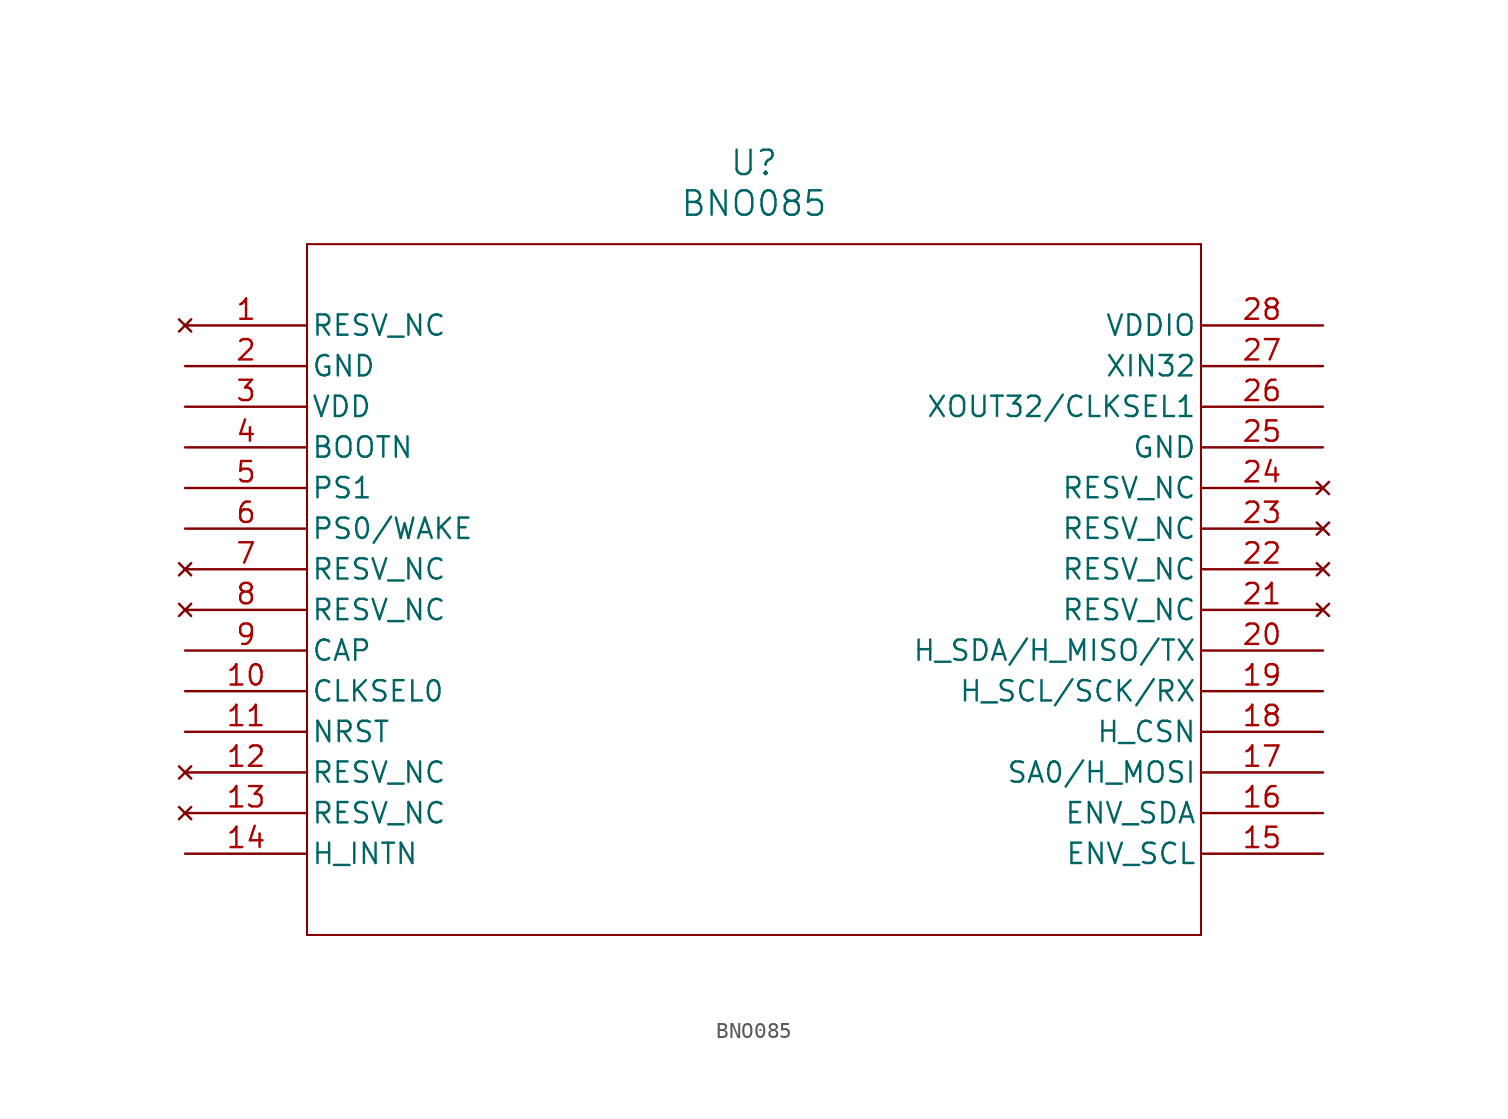
<source format=kicad_sym>
(kicad_symbol_lib
  (version 20231120)
  (generator "kicad_symbol_editor")
  (generator_version "8.0")
  (symbol "BNO085"
    (pin_names
      (offset 0.254))
    (property "Reference" "U"
      (at 35.56 10.16 0)
      (effects (font (size 1.524 1.524))))
    (property "Value" "BNO085"
      (at 35.56 7.62 0)
      (effects (font (size 1.524 1.524))))
    (property "ki_locked" ""
      (at 0 0 0)
      (effects (font (size 1.27 1.27))))
    (symbol "BNO085_0_1"
      (polyline (pts (xy 7.62 -38.1) (xy 63.5 -38.1)) (stroke (width 0.127) (type default)) (fill (type none)))
      (polyline (pts (xy 7.62 5.08) (xy 7.62 -38.1)) (stroke (width 0.127) (type default)) (fill (type none)))
      (polyline (pts (xy 63.5 -38.1) (xy 63.5 5.08)) (stroke (width 0.127) (type default)) (fill (type none)))
      (polyline (pts (xy 63.5 5.08) (xy 7.62 5.08)) (stroke (width 0.127) (type default)) (fill (type none)))
      (pin no_connect line (at 0 0 0) (length 7.62) (name "RESV_NC" (effects (font (size 1.27 1.27)))) (number "1" (effects (font (size 1.27 1.27)))))
      (pin input line (at 0 -22.86 0) (length 7.62) (name "CLKSEL0" (effects (font (size 1.27 1.27)))) (number "10" (effects (font (size 1.27 1.27)))))
      (pin input line (at 0 -25.4 0) (length 7.62) (name "NRST" (effects (font (size 1.27 1.27)))) (number "11" (effects (font (size 1.27 1.27)))))
      (pin no_connect line (at 0 -27.94 0) (length 7.62) (name "RESV_NC" (effects (font (size 1.27 1.27)))) (number "12" (effects (font (size 1.27 1.27)))))
      (pin no_connect line (at 0 -30.48 0) (length 7.62) (name "RESV_NC" (effects (font (size 1.27 1.27)))) (number "13" (effects (font (size 1.27 1.27)))))
      (pin output line (at 0 -33.02 0) (length 7.62) (name "H_INTN" (effects (font (size 1.27 1.27)))) (number "14" (effects (font (size 1.27 1.27)))))
      (pin bidirectional line (at 71.12 -33.02 180) (length 7.62) (name "ENV_SCL" (effects (font (size 1.27 1.27)))) (number "15" (effects (font (size 1.27 1.27)))))
      (pin bidirectional line (at 71.12 -30.48 180) (length 7.62) (name "ENV_SDA" (effects (font (size 1.27 1.27)))) (number "16" (effects (font (size 1.27 1.27)))))
      (pin input line (at 71.12 -27.94 180) (length 7.62) (name "SA0/H_MOSI" (effects (font (size 1.27 1.27)))) (number "17" (effects (font (size 1.27 1.27)))))
      (pin input line (at 71.12 -25.4 180) (length 7.62) (name "H_CSN" (effects (font (size 1.27 1.27)))) (number "18" (effects (font (size 1.27 1.27)))))
      (pin bidirectional line (at 71.12 -22.86 180) (length 7.62) (name "H_SCL/SCK/RX" (effects (font (size 1.27 1.27)))) (number "19" (effects (font (size 1.27 1.27)))))
      (pin power_out line (at 0 -2.54 0) (length 7.62) (name "GND" (effects (font (size 1.27 1.27)))) (number "2" (effects (font (size 1.27 1.27)))))
      (pin bidirectional line (at 71.12 -20.32 180) (length 7.62) (name "H_SDA/H_MISO/TX" (effects (font (size 1.27 1.27)))) (number "20" (effects (font (size 1.27 1.27)))))
      (pin no_connect line (at 71.12 -17.78 180) (length 7.62) (name "RESV_NC" (effects (font (size 1.27 1.27)))) (number "21" (effects (font (size 1.27 1.27)))))
      (pin no_connect line (at 71.12 -15.24 180) (length 7.62) (name "RESV_NC" (effects (font (size 1.27 1.27)))) (number "22" (effects (font (size 1.27 1.27)))))
      (pin no_connect line (at 71.12 -12.7 180) (length 7.62) (name "RESV_NC" (effects (font (size 1.27 1.27)))) (number "23" (effects (font (size 1.27 1.27)))))
      (pin no_connect line (at 71.12 -10.16 180) (length 7.62) (name "RESV_NC" (effects (font (size 1.27 1.27)))) (number "24" (effects (font (size 1.27 1.27)))))
      (pin power_out line (at 71.12 -7.62 180) (length 7.62) (name "GND" (effects (font (size 1.27 1.27)))) (number "25" (effects (font (size 1.27 1.27)))))
      (pin output line (at 71.12 -5.08 180) (length 7.62) (name "XOUT32/CLKSEL1" (effects (font (size 1.27 1.27)))) (number "26" (effects (font (size 1.27 1.27)))))
      (pin input line (at 71.12 -2.54 180) (length 7.62) (name "XIN32" (effects (font (size 1.27 1.27)))) (number "27" (effects (font (size 1.27 1.27)))))
      (pin power_in line (at 71.12 0 180) (length 7.62) (name "VDDIO" (effects (font (size 1.27 1.27)))) (number "28" (effects (font (size 1.27 1.27)))))
      (pin power_in line (at 0 -5.08 0) (length 7.62) (name "VDD" (effects (font (size 1.27 1.27)))) (number "3" (effects (font (size 1.27 1.27)))))
      (pin input line (at 0 -7.62 0) (length 7.62) (name "BOOTN" (effects (font (size 1.27 1.27)))) (number "4" (effects (font (size 1.27 1.27)))))
      (pin input line (at 0 -10.16 0) (length 7.62) (name "PS1" (effects (font (size 1.27 1.27)))) (number "5" (effects (font (size 1.27 1.27)))))
      (pin input line (at 0 -12.7 0) (length 7.62) (name "PS0/WAKE" (effects (font (size 1.27 1.27)))) (number "6" (effects (font (size 1.27 1.27)))))
      (pin no_connect line (at 0 -15.24 0) (length 7.62) (name "RESV_NC" (effects (font (size 1.27 1.27)))) (number "7" (effects (font (size 1.27 1.27)))))
      (pin no_connect line (at 0 -17.78 0) (length 7.62) (name "RESV_NC" (effects (font (size 1.27 1.27)))) (number "8" (effects (font (size 1.27 1.27)))))
      (pin power_in line (at 0 -20.32 0) (length 7.62) (name "CAP" (effects (font (size 1.27 1.27)))) (number "9" (effects (font (size 1.27 1.27))))))))
</source>
